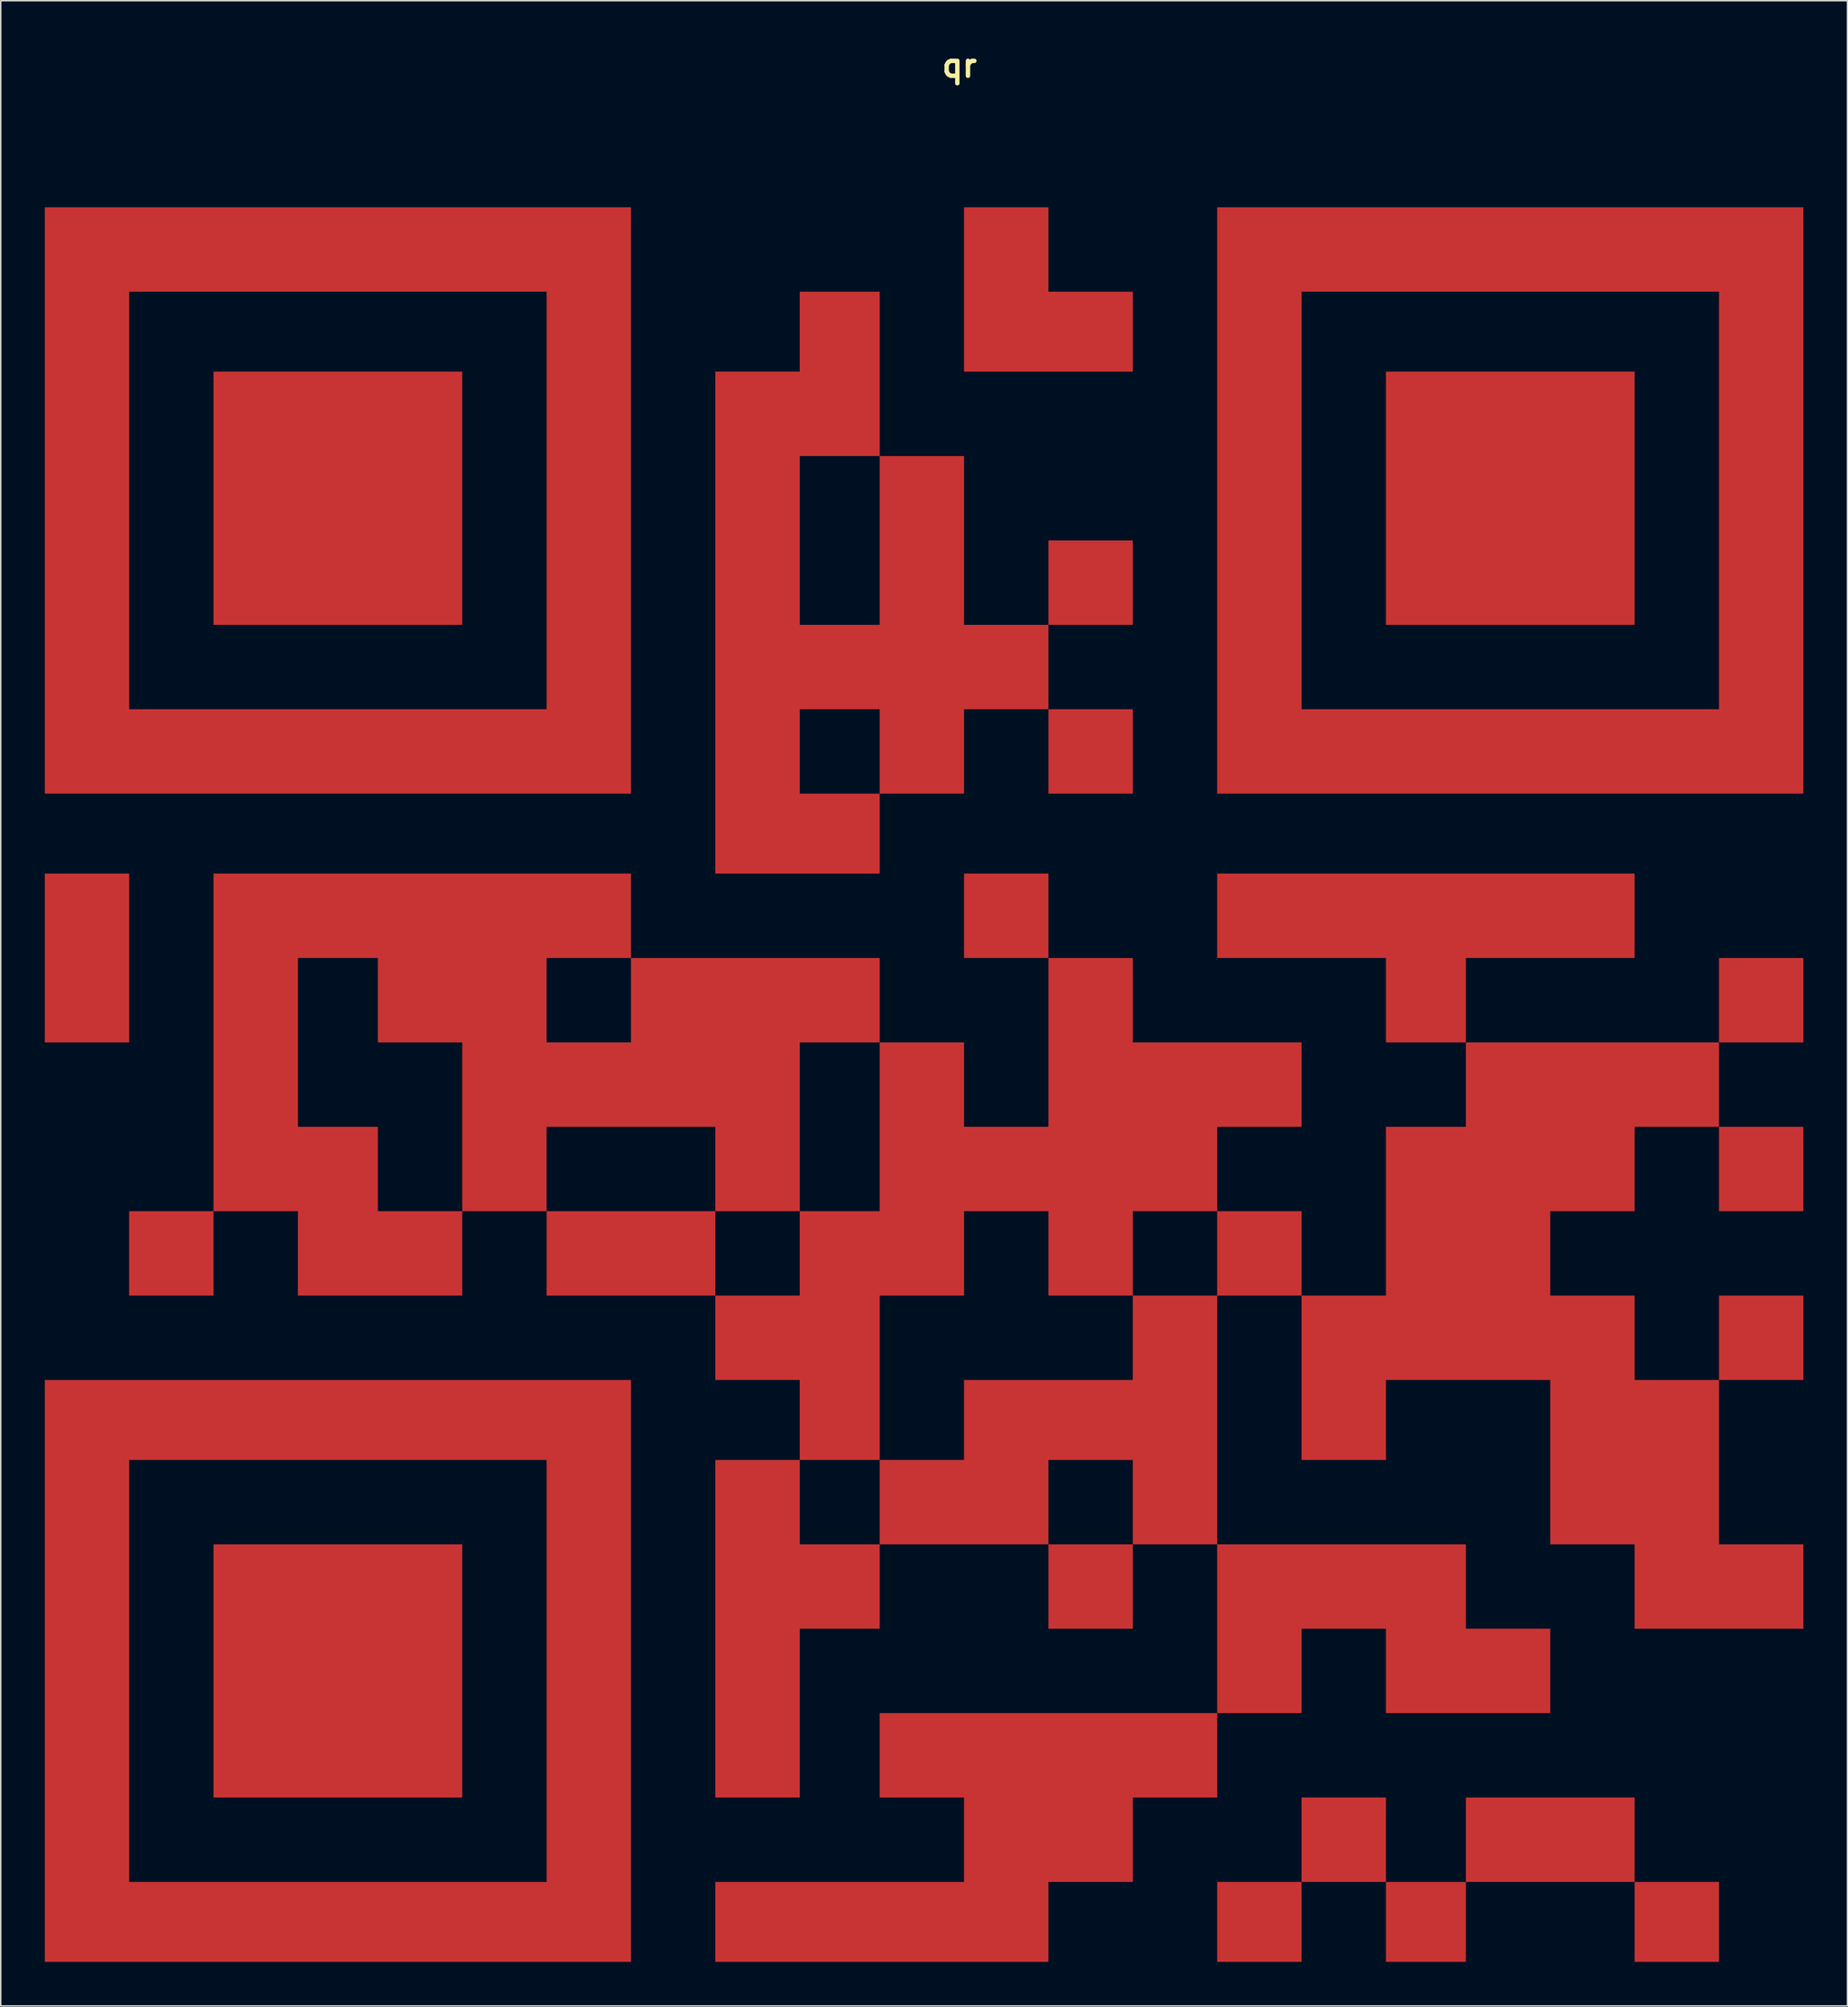
<source format=kicad_pcb>
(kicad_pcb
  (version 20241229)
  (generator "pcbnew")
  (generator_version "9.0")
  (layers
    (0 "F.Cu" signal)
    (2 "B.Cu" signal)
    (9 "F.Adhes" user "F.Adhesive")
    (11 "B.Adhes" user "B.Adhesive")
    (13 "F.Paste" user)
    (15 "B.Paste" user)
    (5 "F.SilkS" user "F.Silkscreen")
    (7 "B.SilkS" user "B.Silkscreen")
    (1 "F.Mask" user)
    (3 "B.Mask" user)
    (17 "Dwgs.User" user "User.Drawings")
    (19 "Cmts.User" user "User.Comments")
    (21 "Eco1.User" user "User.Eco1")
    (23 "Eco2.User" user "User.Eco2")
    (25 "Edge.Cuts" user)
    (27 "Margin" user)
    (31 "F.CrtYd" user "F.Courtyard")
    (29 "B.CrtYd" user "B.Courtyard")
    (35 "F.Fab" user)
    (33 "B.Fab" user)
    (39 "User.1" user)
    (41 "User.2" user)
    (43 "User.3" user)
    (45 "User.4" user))
  (footprint "qr"
    (layer "F.Cu")
    (at 62.109 67.788)
    (property "Reference" "qr" (at 0.17 -66.37 0) (layer "F.SilkS") (effects (font (size 1.524 1.524) (thickness 0.3))))
    (attr board_only exclude_from_pos_files exclude_from_bom)
    (fp_poly (pts (xy -56.364 0.121) (xy -62.109 0.121) (xy -62.109 -11.37) (xy -56.364 -11.37)) (stroke (width 0) (type solid)) (fill yes) (layer "F.Cu"))
    (fp_poly (pts (xy -50.619 17.357) (xy -56.364 17.357) (xy -56.364 11.611) (xy -50.619 11.611)) (stroke (width 0) (type solid)) (fill yes) (layer "F.Cu"))
    (fp_poly (pts (xy -33.685 -28.303) (xy -50.619 -28.303) (xy -50.619 -45.539) (xy -33.685 -45.539)) (stroke (width 0) (type solid)) (fill yes) (layer "F.Cu"))
    (fp_poly (pts (xy -33.685 51.526) (xy -50.619 51.526) (xy -50.619 34.29) (xy -33.685 34.29)) (stroke (width 0) (type solid)) (fill yes) (layer "F.Cu"))
    (fp_poly (pts (xy 6.229 -5.624) (xy 0.484 -5.624) (xy 0.484 -11.37) (xy 6.229 -11.37)) (stroke (width 0) (type solid)) (fill yes) (layer "F.Cu"))
    (fp_poly (pts (xy 11.974 -28.303) (xy 6.229 -28.303) (xy 6.229 -34.048) (xy 11.974 -34.048)) (stroke (width 0) (type solid)) (fill yes) (layer "F.Cu"))
    (fp_poly (pts (xy 11.974 -16.812) (xy 6.229 -16.812) (xy 6.229 -22.558) (xy 11.974 -22.558)) (stroke (width 0) (type solid)) (fill yes) (layer "F.Cu"))
    (fp_poly (pts (xy 23.465 17.357) (xy 17.72 17.357) (xy 17.72 11.611) (xy 23.465 11.611)) (stroke (width 0) (type solid)) (fill yes) (layer "F.Cu"))
    (fp_poly (pts (xy 23.465 62.714) (xy 17.72 62.714) (xy 17.72 57.271) (xy 23.465 57.271)) (stroke (width 0) (type solid)) (fill yes) (layer "F.Cu"))
    (fp_poly (pts (xy 29.21 57.271) (xy 23.465 57.271) (xy 23.465 51.526) (xy 29.21 51.526)) (stroke (width 0) (type solid)) (fill yes) (layer "F.Cu"))
    (fp_poly (pts (xy 34.653 62.714) (xy 29.21 62.714) (xy 29.21 57.271) (xy 34.653 57.271)) (stroke (width 0) (type solid)) (fill yes) (layer "F.Cu"))
    (fp_poly (pts (xy 46.143 -28.303) (xy 29.21 -28.303) (xy 29.21 -45.539) (xy 46.143 -45.539)) (stroke (width 0) (type solid)) (fill yes) (layer "F.Cu"))
    (fp_poly (pts (xy 46.143 57.271) (xy 34.653 57.271) (xy 34.653 51.526) (xy 46.143 51.526)) (stroke (width 0) (type solid)) (fill yes) (layer "F.Cu"))
    (fp_poly (pts (xy 51.889 62.714) (xy 46.143 62.714) (xy 46.143 57.271) (xy 51.889 57.271)) (stroke (width 0) (type solid)) (fill yes) (layer "F.Cu"))
    (fp_poly (pts (xy 57.634 0.121) (xy 51.889 0.121) (xy 51.889 -5.624) (xy 57.634 -5.624)) (stroke (width 0) (type solid)) (fill yes) (layer "F.Cu"))
    (fp_poly (pts (xy 57.634 11.611) (xy 51.889 11.611) (xy 51.889 5.866) (xy 57.634 5.866)) (stroke (width 0) (type solid)) (fill yes) (layer "F.Cu"))
    (fp_poly (pts (xy 57.634 23.102) (xy 51.889 23.102) (xy 51.889 17.357) (xy 57.634 17.357)) (stroke (width 0) (type solid)) (fill yes) (layer "F.Cu"))
    (fp_poly (pts (xy 6.229 -50.981) (xy 11.974 -50.981) (xy 11.974 -45.539) (xy 0.484 -45.539) (xy 0.484 -56.727) (xy 6.229 -56.727)) (stroke (width 0) (type solid)) (fill yes) (layer "F.Cu"))
    (fp_poly (pts (xy 46.143 -5.624) (xy 34.653 -5.624) (xy 34.653 0.121) (xy 29.21 0.121) (xy 29.21 -5.624) (xy 17.72 -5.624) (xy 17.72 -11.37) (xy 46.143 -11.37)) (stroke (width 0) (type solid)) (fill yes) (layer "F.Cu"))
    (fp_poly (pts (xy 34.653 40.035) (xy 40.398 40.035) (xy 40.398 45.78) (xy 29.21 45.78) (xy 29.21 40.035) (xy 23.465 40.035) (xy 23.465 45.78) (xy 17.72 45.78) (xy 17.72 34.29) (xy 34.653 34.29)) (stroke (width 0) (type solid)) (fill yes) (layer "F.Cu"))
    (fp_poly (pts (xy -22.195 -16.812) (xy -62.109 -16.812) (xy -62.109 -22.558) (xy -56.364 -22.558) (xy -27.94 -22.558) (xy -27.94 -50.981) (xy -56.364 -50.981) (xy -56.364 -22.558) (xy -62.109 -22.558) (xy -62.109 -56.727) (xy -22.195 -56.727)) (stroke (width 0) (type solid)) (fill yes) (layer "F.Cu"))
    (fp_poly (pts (xy -22.195 62.714) (xy -62.109 62.714) (xy -62.109 57.271) (xy -56.364 57.271) (xy -27.94 57.271) (xy -27.94 28.545) (xy -56.364 28.545) (xy -56.364 57.271) (xy -62.109 57.271) (xy -62.109 23.102) (xy -22.195 23.102)) (stroke (width 0) (type solid)) (fill yes) (layer "F.Cu"))
    (fp_poly (pts (xy 57.634 -16.812) (xy 17.72 -16.812) (xy 17.72 -22.558) (xy 23.465 -22.558) (xy 51.889 -22.558) (xy 51.889 -50.981) (xy 23.465 -50.981) (xy 23.465 -22.558) (xy 17.72 -22.558) (xy 17.72 -56.727) (xy 57.634 -56.727)) (stroke (width 0) (type solid)) (fill yes) (layer "F.Cu"))
    (fp_poly (pts (xy 17.72 51.526) (xy 11.974 51.526) (xy 11.974 57.271) (xy 6.229 57.271) (xy 6.229 62.714) (xy -16.45 62.714) (xy -16.45 57.271) (xy 0.484 57.271) (xy 0.484 51.526) (xy -5.261 51.526) (xy -5.261 45.78) (xy 17.72 45.78)) (stroke (width 0) (type solid)) (fill yes) (layer "F.Cu"))
    (fp_poly (pts (xy 51.889 5.866) (xy 46.143 5.866) (xy 46.143 11.611) (xy 40.398 11.611) (xy 40.398 17.357) (xy 46.143 17.357) (xy 46.143 23.102) (xy 51.889 23.102) (xy 51.889 34.29) (xy 57.634 34.29) (xy 57.634 40.035) (xy 46.143 40.035) (xy 46.143 34.29) (xy 40.398 34.29) (xy 40.398 23.102) (xy 29.21 23.102) (xy 29.21 28.545) (xy 23.465 28.545) (xy 23.465 17.357) (xy 29.21 17.357) (xy 29.21 5.866) (xy 34.653 5.866) (xy 34.653 0.121) (xy 51.889 0.121)) (stroke (width 0) (type solid)) (fill yes) (layer "F.Cu"))
    (fp_poly (pts (xy 0.484 -39.793) (xy 0.484 -28.303) (xy 6.229 -28.303) (xy 6.229 -22.558) (xy 0.484 -22.558) (xy 0.484 -16.812) (xy -5.261 -16.812) (xy -5.261 -11.37) (xy -16.45 -11.37) (xy -16.45 -16.812) (xy -10.704 -16.812) (xy -5.261 -16.812) (xy -5.261 -22.558) (xy -10.704 -22.558) (xy -10.704 -16.812) (xy -16.45 -16.812) (xy -16.45 -28.303) (xy -10.704 -28.303) (xy -5.261 -28.303) (xy -5.261 -39.793) (xy -10.704 -39.793) (xy -10.704 -28.303) (xy -16.45 -28.303) (xy -16.45 -45.539) (xy -10.704 -45.539) (xy -10.704 -50.981) (xy -5.261 -50.981) (xy -5.261 -39.793)) (stroke (width 0) (type solid)) (fill yes) (layer "F.Cu"))
    (fp_poly (pts (xy 0.484 0.121) (xy 0.484 5.866) (xy 6.229 5.866) (xy 6.229 -5.624) (xy 11.974 -5.624) (xy 11.974 0.121) (xy 23.465 0.121) (xy 23.465 5.866) (xy 17.72 5.866) (xy 17.72 11.611) (xy 11.974 11.611) (xy 11.974 17.357) (xy 17.72 17.357) (xy 17.72 34.29) (xy 11.974 34.29) (xy 11.974 40.035) (xy 6.229 40.035) (xy 6.229 34.29) (xy 11.974 34.29) (xy 11.974 28.545) (xy 6.229 28.545) (xy 6.229 34.29) (xy -5.261 34.29) (xy -5.261 40.035) (xy -10.704 40.035) (xy -10.704 51.526) (xy -16.45 51.526) (xy -16.45 34.29) (xy -10.704 34.29) (xy -5.261 34.29) (xy -5.261 28.545) (xy 0.484 28.545) (xy 0.484 23.102) (xy 11.974 23.102) (xy 11.974 17.357) (xy 6.229 17.357) (xy 6.229 11.611) (xy 0.484 11.611) (xy 0.484 17.357) (xy -5.261 17.357) (xy -5.261 28.545) (xy -10.704 28.545) (xy -10.704 34.29) (xy -16.45 34.29) (xy -16.45 28.545) (xy -10.704 28.545) (xy -10.704 23.102) (xy -16.45 23.102) (xy -16.45 17.357) (xy -10.704 17.357) (xy -10.704 11.611) (xy -5.261 11.611) (xy -5.261 0.121) (xy -10.704 0.121) (xy -10.704 11.611) (xy -16.45 11.611) (xy -16.45 17.357) (xy -27.94 17.357) (xy -27.94 11.611) (xy -16.45 11.611) (xy -16.45 5.866) (xy -27.94 5.866) (xy -27.94 11.611) (xy -33.685 11.611) (xy -33.685 17.357) (xy -44.873 17.357) (xy -44.873 11.611) (xy -50.619 11.611) (xy -50.619 5.866) (xy -44.873 5.866) (xy -39.43 5.866) (xy -39.43 11.611) (xy -33.685 11.611) (xy -33.685 0.121) (xy -27.94 0.121) (xy -22.195 0.121) (xy -22.195 -5.624) (xy -27.94 -5.624) (xy -27.94 0.121) (xy -33.685 0.121) (xy -39.43 0.121) (xy -39.43 -5.624) (xy -44.873 -5.624) (xy -44.873 5.866) (xy -50.619 5.866) (xy -50.619 -11.37) (xy -22.195 -11.37) (xy -22.195 -5.624) (xy -5.261 -5.624) (xy -5.261 0.121)) (stroke (width 0) (type solid)) (fill yes) (layer "F.Cu")))
  (gr_rect
    (start -3 -3)
    (end 122.743 133.502)
    (stroke (width 0.1) (type default))
    (fill no)
    (layer "Edge.Cuts")))
</source>
